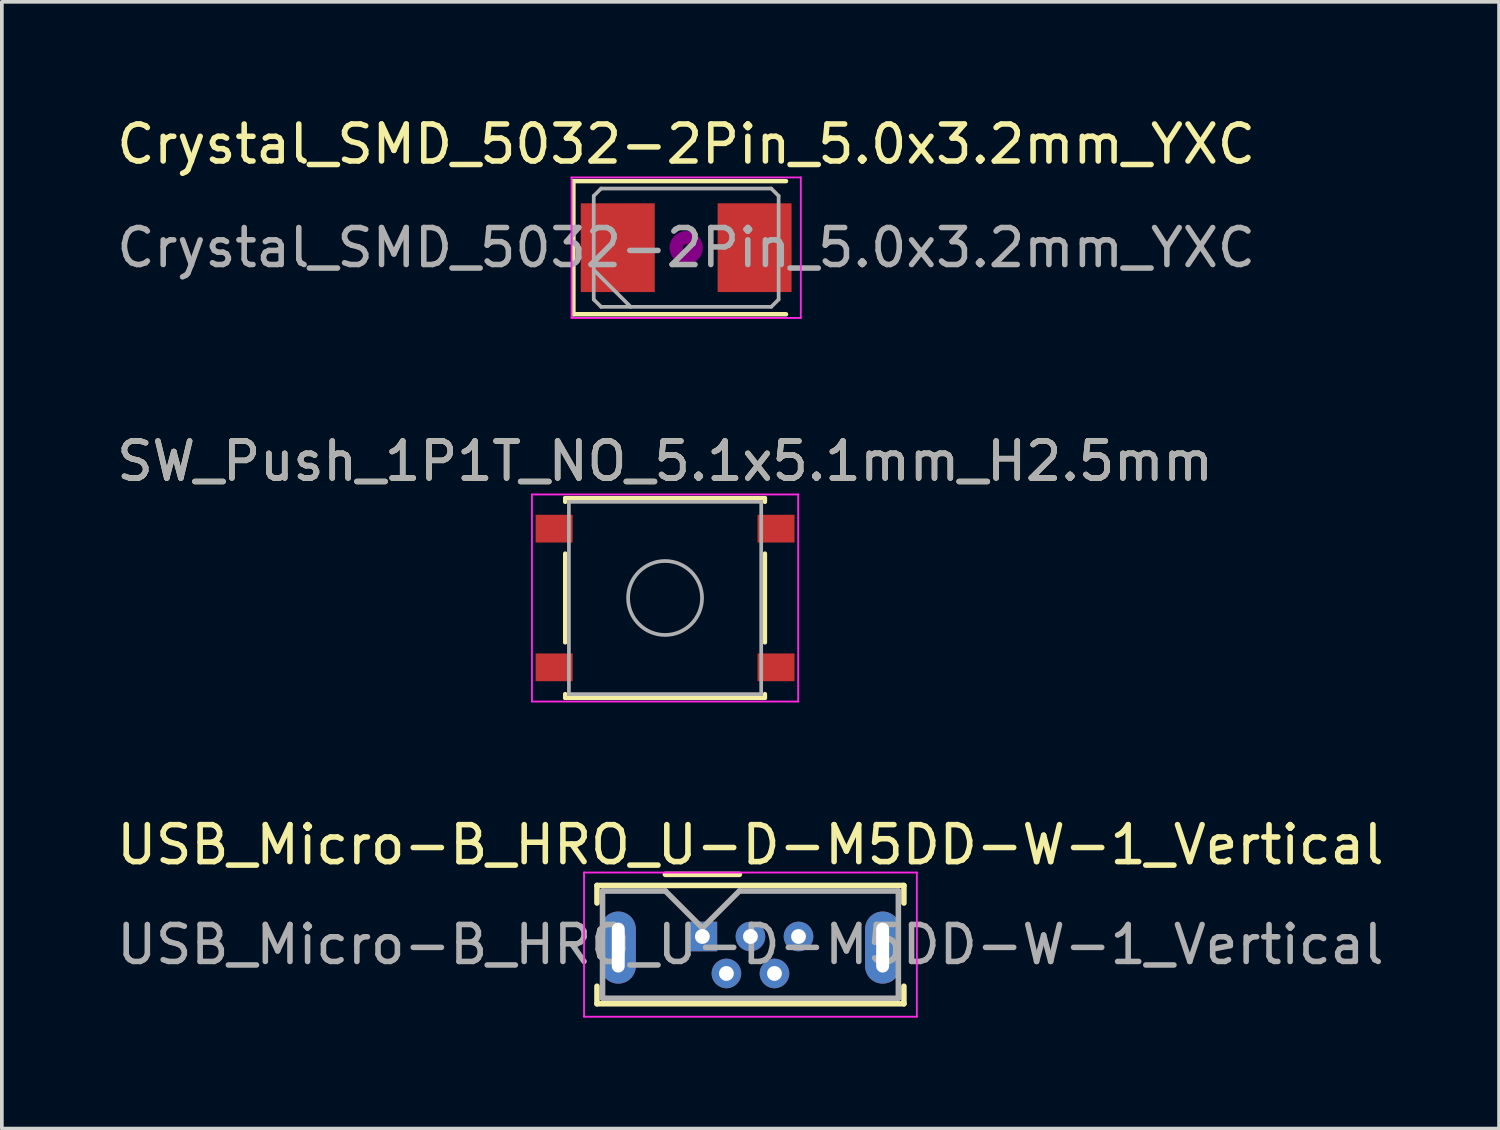
<source format=kicad_pcb>
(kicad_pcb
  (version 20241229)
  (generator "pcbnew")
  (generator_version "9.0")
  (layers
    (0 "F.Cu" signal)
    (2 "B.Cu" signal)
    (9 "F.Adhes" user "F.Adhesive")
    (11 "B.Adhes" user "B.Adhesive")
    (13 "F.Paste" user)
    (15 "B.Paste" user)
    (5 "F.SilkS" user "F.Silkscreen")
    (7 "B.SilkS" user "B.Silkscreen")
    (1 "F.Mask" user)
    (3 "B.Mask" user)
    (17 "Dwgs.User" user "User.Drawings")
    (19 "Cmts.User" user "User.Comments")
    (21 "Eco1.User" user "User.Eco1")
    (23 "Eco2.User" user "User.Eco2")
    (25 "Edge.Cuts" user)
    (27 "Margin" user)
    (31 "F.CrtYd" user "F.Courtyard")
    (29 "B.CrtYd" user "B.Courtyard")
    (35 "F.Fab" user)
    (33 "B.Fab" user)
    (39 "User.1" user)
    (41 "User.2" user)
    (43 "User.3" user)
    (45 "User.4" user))
  (footprint "SW_Push_1P1T_NO_5.1x5.1mm_H2.5mm"
    (layer "F.Cu")
    (at 14.935 13.121)
    (property "Reference" "SW_Push_1P1T_NO_5.1x5.1mm_H2.5mm" (at 0 -3.7 0) (layer "F.SilkS") (effects (font (size 1 1) (thickness 0.15))))
    (attr smd)
    (fp_line (start -2.7 -2.7) (end -2.7 -2.6) (stroke (width 0.12) (type solid)) (layer "F.SilkS"))
    (fp_line (start -2.7 -2.7) (end 2.7 -2.7) (stroke (width 0.12) (type solid)) (layer "F.SilkS"))
    (fp_line (start -2.7 -1.2) (end -2.7 1.2) (stroke (width 0.12) (type solid)) (layer "F.SilkS"))
    (fp_line (start -2.7 2.7) (end -2.7 2.6) (stroke (width 0.12) (type solid)) (layer "F.SilkS"))
    (fp_line (start -2.7 2.7) (end 2.7 2.7) (stroke (width 0.12) (type solid)) (layer "F.SilkS"))
    (fp_line (start 2.7 -2.7) (end 2.7 -2.6) (stroke (width 0.12) (type solid)) (layer "F.SilkS"))
    (fp_line (start 2.7 -1.2) (end 2.7 1.2) (stroke (width 0.12) (type solid)) (layer "F.SilkS"))
    (fp_line (start 2.7 2.7) (end 2.7 2.6) (stroke (width 0.12) (type solid)) (layer "F.SilkS"))
    (fp_line (start -3.6 -2.8) (end -3.6 2.8) (stroke (width 0.05) (type solid)) (layer "F.CrtYd"))
    (fp_line (start -3.6 -2.8) (end 3.6 -2.8) (stroke (width 0.05) (type solid)) (layer "F.CrtYd"))
    (fp_line (start -3.6 2.8) (end 3.6 2.8) (stroke (width 0.05) (type solid)) (layer "F.CrtYd"))
    (fp_line (start 3.6 2.8) (end 3.6 -2.8) (stroke (width 0.05) (type solid)) (layer "F.CrtYd"))
    (fp_line (start -2.6 -2.6) (end -2.6 2.6) (stroke (width 0.1) (type solid)) (layer "F.Fab"))
    (fp_line (start -2.6 2.6) (end 2.6 2.6) (stroke (width 0.1) (type solid)) (layer "F.Fab"))
    (fp_line (start 2.6 -2.6) (end -2.6 -2.6) (stroke (width 0.1) (type solid)) (layer "F.Fab"))
    (fp_line (start 2.6 2.6) (end 2.6 -2.6) (stroke (width 0.1) (type solid)) (layer "F.Fab"))
    (fp_circle (center 0 0) (end 1 0) (stroke (width 0.1) (type solid)) (fill no) (layer "F.Fab"))
    (fp_text user "${REFERENCE}" (at 0 -3.7 0) (layer "F.Fab") (effects (font (size 1 1) (thickness 0.15))))
    (pad "1" smd rect (at -3 -1.875) (size 1 0.75) (layers "F.Cu" "F.Mask" "F.Paste"))
    (pad "1" smd rect (at 3 -1.875) (size 1 0.75) (layers "F.Cu" "F.Mask" "F.Paste"))
    (pad "2" smd rect (at -3 1.875) (size 1 0.75) (layers "F.Cu" "F.Mask" "F.Paste"))
    (pad "2" smd rect (at 3 1.875) (size 1 0.75) (layers "F.Cu" "F.Mask" "F.Paste")))
  (footprint "Crystal_SMD_5032-2Pin_5.0x3.2mm_YXC"
    (layer "F.Cu")
    (at 15.506 3.648)
    (property "Reference" "Crystal_SMD_5032-2Pin_5.0x3.2mm_YXC" (at 0 -2.8 0) (layer "F.SilkS") (effects (font (size 1 1) (thickness 0.15))))
    (attr smd)
    (fp_line (start -3.05 -1.8) (end -3.05 1.8) (stroke (width 0.12) (type solid)) (layer "F.SilkS"))
    (fp_line (start -3.05 1.8) (end 2.7 1.8) (stroke (width 0.12) (type solid)) (layer "F.SilkS"))
    (fp_line (start 2.7 -1.8) (end -3.05 -1.8) (stroke (width 0.12) (type solid)) (layer "F.SilkS"))
    (fp_circle (center 0 0) (end 0.093 0) (stroke (width 0.187) (type solid)) (fill no) (layer "F.Adhes"))
    (fp_circle (center 0 0) (end 0.213 0) (stroke (width 0.133) (type solid)) (fill no) (layer "F.Adhes"))
    (fp_circle (center 0 0) (end 0.333 0) (stroke (width 0.133) (type solid)) (fill no) (layer "F.Adhes"))
    (fp_circle (center 0 0) (end 0.4 0) (stroke (width 0.1) (type solid)) (fill no) (layer "F.Adhes"))
    (fp_line (start -3.1 -1.9) (end -3.1 1.9) (stroke (width 0.05) (type solid)) (layer "F.CrtYd"))
    (fp_line (start -3.1 1.9) (end 3.1 1.9) (stroke (width 0.05) (type solid)) (layer "F.CrtYd"))
    (fp_line (start 3.1 -1.9) (end -3.1 -1.9) (stroke (width 0.05) (type solid)) (layer "F.CrtYd"))
    (fp_line (start 3.1 1.9) (end 3.1 -1.9) (stroke (width 0.05) (type solid)) (layer "F.CrtYd"))
    (fp_line (start -2.5 -1.4) (end -2.3 -1.6) (stroke (width 0.1) (type solid)) (layer "F.Fab"))
    (fp_line (start -2.5 0.6) (end -1.5 1.6) (stroke (width 0.1) (type solid)) (layer "F.Fab"))
    (fp_line (start -2.5 1.4) (end -2.5 -1.4) (stroke (width 0.1) (type solid)) (layer "F.Fab"))
    (fp_line (start -2.3 -1.6) (end 2.3 -1.6) (stroke (width 0.1) (type solid)) (layer "F.Fab"))
    (fp_line (start -2.3 1.6) (end -2.5 1.4) (stroke (width 0.1) (type solid)) (layer "F.Fab"))
    (fp_line (start 2.3 -1.6) (end 2.5 -1.4) (stroke (width 0.1) (type solid)) (layer "F.Fab"))
    (fp_line (start 2.3 1.6) (end -2.3 1.6) (stroke (width 0.1) (type solid)) (layer "F.Fab"))
    (fp_line (start 2.5 -1.4) (end 2.5 1.4) (stroke (width 0.1) (type solid)) (layer "F.Fab"))
    (fp_line (start 2.5 1.4) (end 2.3 1.6) (stroke (width 0.1) (type solid)) (layer "F.Fab"))
    (fp_text user "${REFERENCE}" (at 0 0 0) (layer "F.Fab") (effects (font (size 1 1) (thickness 0.15))))
    (pad "1" smd rect (at -1.85 0) (size 2 2.4) (layers "F.Cu" "F.Mask" "F.Paste"))
    (pad "2" smd rect (at 1.85 0) (size 2 2.4) (layers "F.Cu" "F.Mask" "F.Paste")))
  (footprint "USB_Micro-B_HRO_U-D-M5DD-W-1_Vertical"
    (layer "F.Cu")
    (at 15.944 22.275)
    (property "Reference" "USB_Micro-B_HRO_U-D-M5DD-W-1_Vertical" (at 1.3 -2.48 0) (layer "F.SilkS") (effects (font (size 1 1) (thickness 0.15))))
    (attr through_hole)
    (fp_line (start -2.85 -1.38) (end 5.45 -1.38) (stroke (width 0.15) (type solid)) (layer "F.SilkS"))
    (fp_line (start -2.85 -0.905) (end -2.85 -1.38) (stroke (width 0.15) (type solid)) (layer "F.SilkS"))
    (fp_line (start -2.85 1.345) (end -2.85 1.82) (stroke (width 0.15) (type solid)) (layer "F.SilkS"))
    (fp_line (start -2.85 1.82) (end 5.45 1.82) (stroke (width 0.15) (type solid)) (layer "F.SilkS"))
    (fp_line (start -1 -1.68) (end 1 -1.68) (stroke (width 0.15) (type solid)) (layer "F.SilkS"))
    (fp_line (start 5.45 -1.38) (end 5.45 -0.905) (stroke (width 0.15) (type solid)) (layer "F.SilkS"))
    (fp_line (start 5.45 1.82) (end 5.45 1.345) (stroke (width 0.15) (type solid)) (layer "F.SilkS"))
    (fp_line (start -3.2 -1.73) (end -3.2 2.17) (stroke (width 0.05) (type solid)) (layer "F.CrtYd"))
    (fp_line (start -3.2 2.17) (end 5.8 2.17) (stroke (width 0.05) (type solid)) (layer "F.CrtYd"))
    (fp_line (start 5.8 -1.73) (end -3.2 -1.73) (stroke (width 0.05) (type solid)) (layer "F.CrtYd"))
    (fp_line (start 5.8 2.17) (end 5.8 -1.73) (stroke (width 0.05) (type solid)) (layer "F.CrtYd"))
    (fp_line (start -2.7 -1.23) (end -1 -1.23) (stroke (width 0.15) (type solid)) (layer "F.Fab"))
    (fp_line (start -2.7 1.67) (end -2.7 -1.23) (stroke (width 0.15) (type solid)) (layer "F.Fab"))
    (fp_line (start -1 -1.23) (end 0 -0.23) (stroke (width 0.15) (type solid)) (layer "F.Fab"))
    (fp_line (start 0 -0.23) (end 1 -1.23) (stroke (width 0.15) (type solid)) (layer "F.Fab"))
    (fp_line (start 1 -1.23) (end 5.3 -1.23) (stroke (width 0.15) (type solid)) (layer "F.Fab"))
    (fp_line (start 5.3 -1.23) (end 5.3 1.67) (stroke (width 0.15) (type solid)) (layer "F.Fab"))
    (fp_line (start 5.3 1.67) (end -2.7 1.67) (stroke (width 0.15) (type solid)) (layer "F.Fab"))
    (fp_text user "${REFERENCE}" (at 1.3 0.22 0) (layer "F.Fab") (effects (font (size 1 1) (thickness 0.15))))
    (pad "1" thru_hole rect (at 0 0) (size 0.8 0.8) (drill 0.4) (layers "*.Cu" "*.Mask"))
    (pad "2" thru_hole circle (at 0.65 1) (size 0.8 0.8) (drill 0.4) (layers "*.Cu" "*.Mask"))
    (pad "3" thru_hole circle (at 1.3 0) (size 0.8 0.8) (drill 0.4) (layers "*.Cu" "*.Mask"))
    (pad "4" thru_hole circle (at 1.95 1) (size 0.8 0.8) (drill 0.4) (layers "*.Cu" "*.Mask"))
    (pad "5" thru_hole circle (at 2.6 0) (size 0.8 0.8) (drill 0.4) (layers "*.Cu" "*.Mask"))
    (pad "6" thru_hole oval (at -2.275 0.3) (size 0.95 1.95) (drill oval 0.35 1.35) (layers "*.Cu" "*.Mask"))
    (pad "6" thru_hole oval (at 4.875 0.3) (size 0.95 1.95) (drill oval 0.35 1.35) (layers "*.Cu" "*.Mask")))
  (gr_rect
    (start -3 -3)
    (end 37.488 27.47)
    (stroke (width 0.1) (type default))
    (fill no)
    (layer "Edge.Cuts")))
</source>
